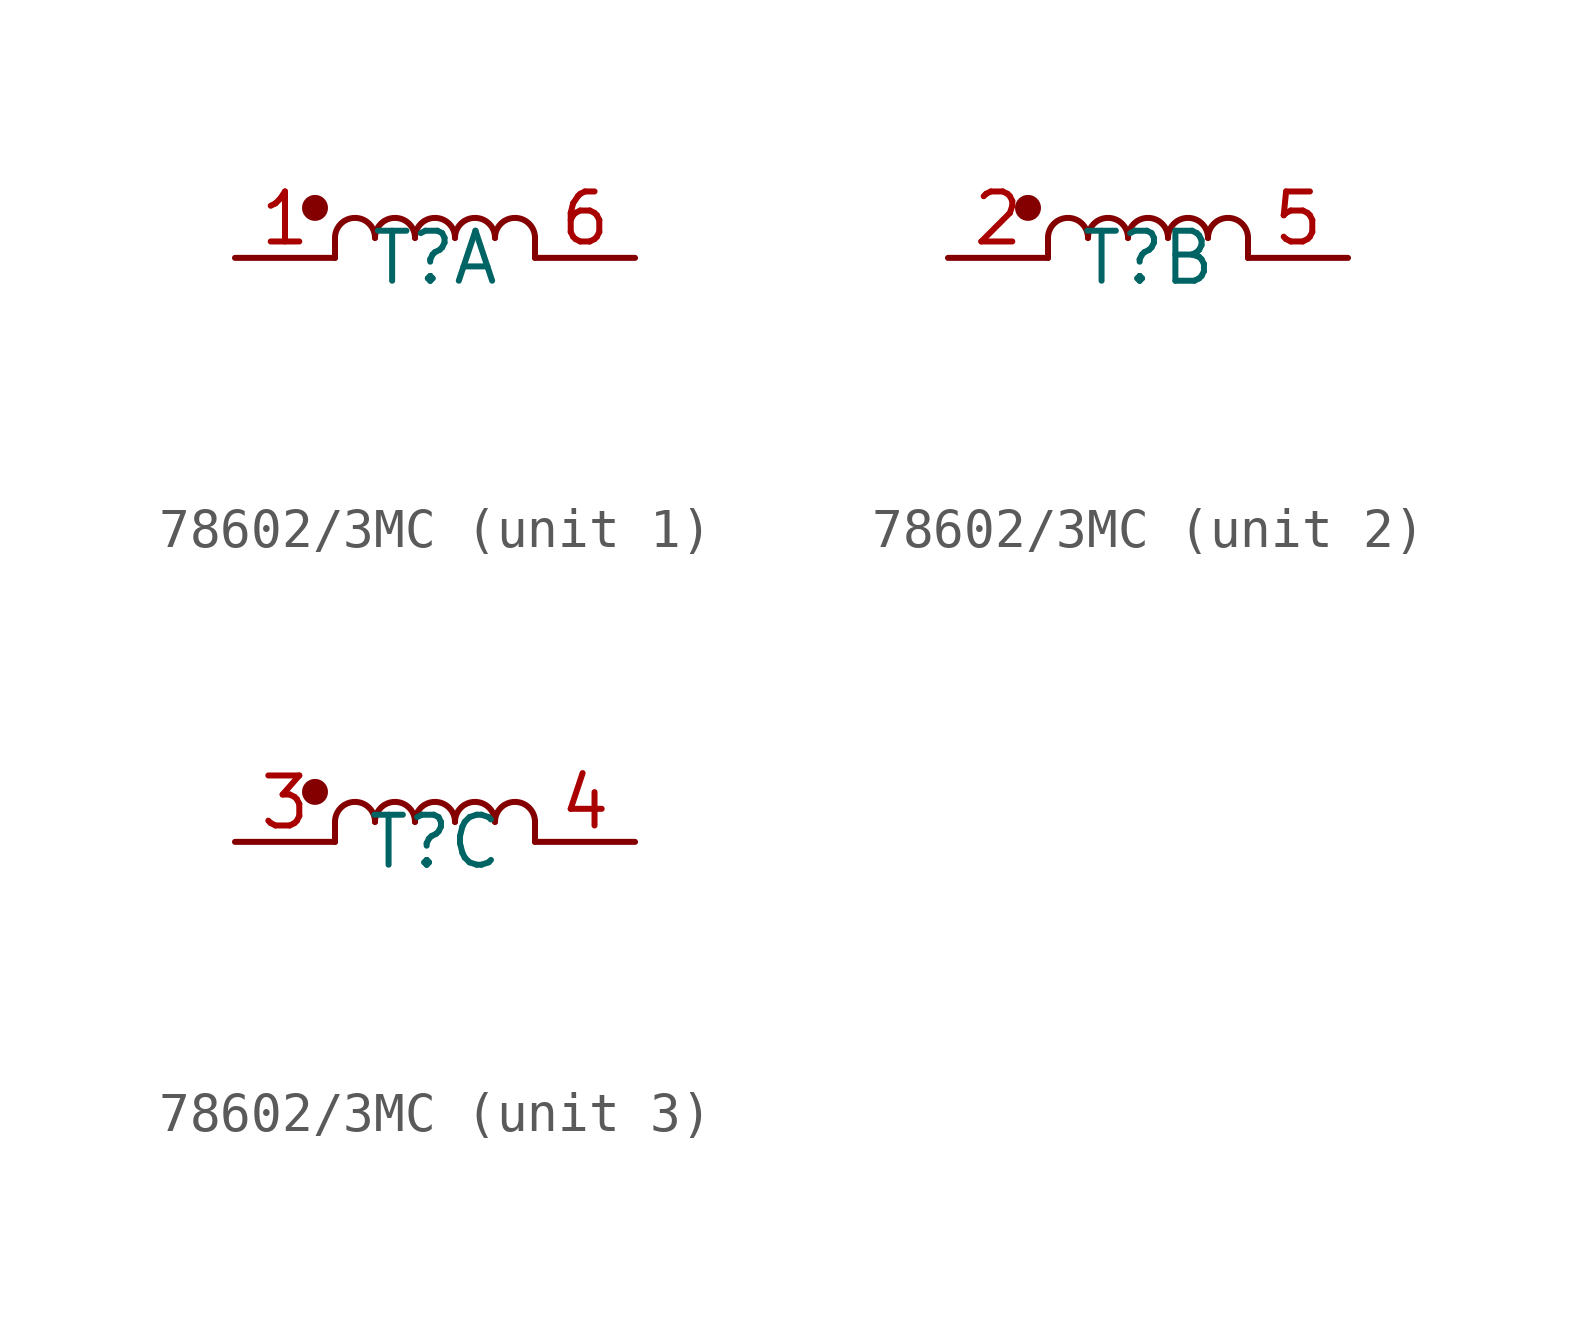
<source format=kicad_sym>
(kicad_symbol_lib
  (version 20231120)
  (generator "kicad_symbol_editor")
  (generator_version "8.0")
  (symbol "78602/3MC"
    (property "Reference" "T"
      (at 0 0 0)
      (effects (font (size 1.27 1.27))))
    (property "Value" ""
      (at -1.27 -5.08 0)
      (effects (font (size 1.27 1.27))))
    (property "ki_locked" ""
      (at 0 0 0)
      (effects (font (size 1.27 1.27))))
    (symbol "78602/3MC_0_1"
      (circle (center -3.048 1.27) (radius 0.254) (stroke (width 0) (type default)) (fill (type outline)))
      (arc (start -1.524 0.508) (mid -2.032 1.0138) (end -2.54 0.508) (stroke (width 0) (type default)) (fill (type none)))
      (arc (start -0.508 0.508) (mid -1.016 1.0138) (end -1.524 0.508) (stroke (width 0) (type default)) (fill (type none)))
      (polyline (pts (xy -2.54 0.508) (xy -2.54 0)) (stroke (width 0) (type default)) (fill (type none)))
      (polyline (pts (xy 2.54 0.508) (xy 2.54 0)) (stroke (width 0) (type default)) (fill (type none)))
      (arc (start 0.508 0.508) (mid 0 1.0138) (end -0.508 0.508) (stroke (width 0) (type default)) (fill (type none)))
      (arc (start 1.524 0.508) (mid 1.016 1.0138) (end 0.508 0.508) (stroke (width 0) (type default)) (fill (type none)))
      (arc (start 2.54 0.508) (mid 2.032 1.0138) (end 1.524 0.508) (stroke (width 0) (type default)) (fill (type none))))
    (symbol "78602/3MC_1_1"
      (pin passive line (at -5.08 0 0) (length 2.54) (name "~" (effects (font (size 1.27 1.27)))) (number "1" (effects (font (size 1.27 1.27)))))
      (pin passive line (at 5.08 0 180) (length 2.54) (name "~" (effects (font (size 1.27 1.27)))) (number "6" (effects (font (size 1.27 1.27))))))
    (symbol "78602/3MC_2_1"
      (pin passive line (at -5.08 0 0) (length 2.54) (name "~" (effects (font (size 1.27 1.27)))) (number "2" (effects (font (size 1.27 1.27)))))
      (pin passive line (at 5.08 0 180) (length 2.54) (name "~" (effects (font (size 1.27 1.27)))) (number "5" (effects (font (size 1.27 1.27))))))
    (symbol "78602/3MC_3_1"
      (pin passive line (at -5.08 0 0) (length 2.54) (name "~" (effects (font (size 1.27 1.27)))) (number "3" (effects (font (size 1.27 1.27)))))
      (pin passive line (at 5.08 0 180) (length 2.54) (name "~" (effects (font (size 1.27 1.27)))) (number "4" (effects (font (size 1.27 1.27))))))))
</source>
